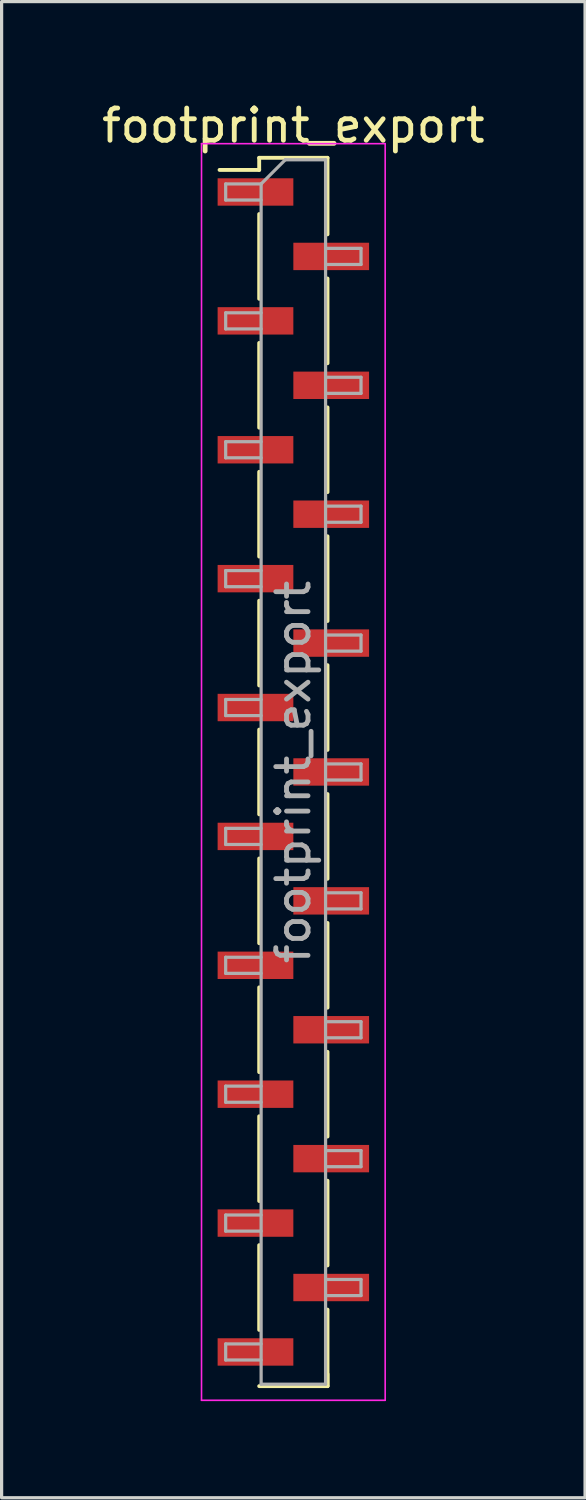
<source format=kicad_pcb>
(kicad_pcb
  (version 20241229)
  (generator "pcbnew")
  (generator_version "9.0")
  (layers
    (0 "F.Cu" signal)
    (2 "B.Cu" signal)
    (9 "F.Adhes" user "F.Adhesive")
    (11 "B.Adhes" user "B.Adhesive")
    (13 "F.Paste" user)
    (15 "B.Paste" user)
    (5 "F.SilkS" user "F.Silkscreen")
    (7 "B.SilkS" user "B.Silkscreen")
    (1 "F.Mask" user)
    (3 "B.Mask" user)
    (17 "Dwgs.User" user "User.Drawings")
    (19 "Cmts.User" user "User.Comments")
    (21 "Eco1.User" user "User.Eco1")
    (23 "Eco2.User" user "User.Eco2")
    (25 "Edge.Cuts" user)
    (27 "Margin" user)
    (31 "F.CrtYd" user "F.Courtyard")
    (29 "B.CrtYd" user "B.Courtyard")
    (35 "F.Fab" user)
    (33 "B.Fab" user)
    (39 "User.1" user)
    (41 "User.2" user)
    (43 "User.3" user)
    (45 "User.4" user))
  (footprint "footprint_export"
    (layer "F.Cu")
    (at 6.054 20.908)
    (property "Reference" "footprint_export" (at 0 -20.06 0) (layer "F.SilkS") (effects (font (size 1 1) (thickness 0.15))))
    (attr smd)
    (fp_line (start -1.06 -19.06) (end -1.06 -18.685) (stroke (width 0.12) (type solid)) (layer "F.SilkS"))
    (fp_line (start -1.06 -19.06) (end 1.06 -19.06) (stroke (width 0.12) (type solid)) (layer "F.SilkS"))
    (fp_line (start -1.06 -18.685) (end -2.29 -18.685) (stroke (width 0.12) (type solid)) (layer "F.SilkS"))
    (fp_line (start -1.06 -17.315) (end -1.06 -14.685) (stroke (width 0.12) (type solid)) (layer "F.SilkS"))
    (fp_line (start -1.06 -13.315) (end -1.06 -10.685) (stroke (width 0.12) (type solid)) (layer "F.SilkS"))
    (fp_line (start -1.06 -9.315) (end -1.06 -6.685) (stroke (width 0.12) (type solid)) (layer "F.SilkS"))
    (fp_line (start -1.06 -5.315) (end -1.06 -2.685) (stroke (width 0.12) (type solid)) (layer "F.SilkS"))
    (fp_line (start -1.06 -1.315) (end -1.06 1.315) (stroke (width 0.12) (type solid)) (layer "F.SilkS"))
    (fp_line (start -1.06 2.685) (end -1.06 5.315) (stroke (width 0.12) (type solid)) (layer "F.SilkS"))
    (fp_line (start -1.06 6.685) (end -1.06 9.315) (stroke (width 0.12) (type solid)) (layer "F.SilkS"))
    (fp_line (start -1.06 10.685) (end -1.06 13.315) (stroke (width 0.12) (type solid)) (layer "F.SilkS"))
    (fp_line (start -1.06 14.685) (end -1.06 17.315) (stroke (width 0.12) (type solid)) (layer "F.SilkS"))
    (fp_line (start -1.06 19.06) (end 1.06 19.06) (stroke (width 0.12) (type solid)) (layer "F.SilkS"))
    (fp_line (start 1.06 -19.06) (end 1.06 -16.685) (stroke (width 0.12) (type solid)) (layer "F.SilkS"))
    (fp_line (start 1.06 -15.315) (end 1.06 -12.685) (stroke (width 0.12) (type solid)) (layer "F.SilkS"))
    (fp_line (start 1.06 -11.315) (end 1.06 -8.685) (stroke (width 0.12) (type solid)) (layer "F.SilkS"))
    (fp_line (start 1.06 -7.315) (end 1.06 -4.685) (stroke (width 0.12) (type solid)) (layer "F.SilkS"))
    (fp_line (start 1.06 -3.315) (end 1.06 -0.685) (stroke (width 0.12) (type solid)) (layer "F.SilkS"))
    (fp_line (start 1.06 0.685) (end 1.06 3.315) (stroke (width 0.12) (type solid)) (layer "F.SilkS"))
    (fp_line (start 1.06 4.685) (end 1.06 7.315) (stroke (width 0.12) (type solid)) (layer "F.SilkS"))
    (fp_line (start 1.06 8.685) (end 1.06 11.315) (stroke (width 0.12) (type solid)) (layer "F.SilkS"))
    (fp_line (start 1.06 12.685) (end 1.06 15.315) (stroke (width 0.12) (type solid)) (layer "F.SilkS"))
    (fp_line (start 1.06 16.685) (end 1.06 19.06) (stroke (width 0.12) (type solid)) (layer "F.SilkS"))
    (fp_line (start 1.06 18.685) (end 1.06 19.06) (stroke (width 0.12) (type solid)) (layer "F.SilkS"))
    (fp_line (start -2.85 -19.5) (end -2.85 19.5) (stroke (width 0.05) (type solid)) (layer "F.CrtYd"))
    (fp_line (start -2.85 19.5) (end 2.85 19.5) (stroke (width 0.05) (type solid)) (layer "F.CrtYd"))
    (fp_line (start 2.85 -19.5) (end -2.85 -19.5) (stroke (width 0.05) (type solid)) (layer "F.CrtYd"))
    (fp_line (start 2.85 19.5) (end 2.85 -19.5) (stroke (width 0.05) (type solid)) (layer "F.CrtYd"))
    (fp_line (start -2.1 -18.25) (end -2.1 -17.75) (stroke (width 0.1) (type solid)) (layer "F.Fab"))
    (fp_line (start -2.1 -17.75) (end -1 -17.75) (stroke (width 0.1) (type solid)) (layer "F.Fab"))
    (fp_line (start -2.1 -14.25) (end -2.1 -13.75) (stroke (width 0.1) (type solid)) (layer "F.Fab"))
    (fp_line (start -2.1 -13.75) (end -1 -13.75) (stroke (width 0.1) (type solid)) (layer "F.Fab"))
    (fp_line (start -2.1 -10.25) (end -2.1 -9.75) (stroke (width 0.1) (type solid)) (layer "F.Fab"))
    (fp_line (start -2.1 -9.75) (end -1 -9.75) (stroke (width 0.1) (type solid)) (layer "F.Fab"))
    (fp_line (start -2.1 -6.25) (end -2.1 -5.75) (stroke (width 0.1) (type solid)) (layer "F.Fab"))
    (fp_line (start -2.1 -5.75) (end -1 -5.75) (stroke (width 0.1) (type solid)) (layer "F.Fab"))
    (fp_line (start -2.1 -2.25) (end -2.1 -1.75) (stroke (width 0.1) (type solid)) (layer "F.Fab"))
    (fp_line (start -2.1 -1.75) (end -1 -1.75) (stroke (width 0.1) (type solid)) (layer "F.Fab"))
    (fp_line (start -2.1 1.75) (end -2.1 2.25) (stroke (width 0.1) (type solid)) (layer "F.Fab"))
    (fp_line (start -2.1 2.25) (end -1 2.25) (stroke (width 0.1) (type solid)) (layer "F.Fab"))
    (fp_line (start -2.1 5.75) (end -2.1 6.25) (stroke (width 0.1) (type solid)) (layer "F.Fab"))
    (fp_line (start -2.1 6.25) (end -1 6.25) (stroke (width 0.1) (type solid)) (layer "F.Fab"))
    (fp_line (start -2.1 9.75) (end -2.1 10.25) (stroke (width 0.1) (type solid)) (layer "F.Fab"))
    (fp_line (start -2.1 10.25) (end -1 10.25) (stroke (width 0.1) (type solid)) (layer "F.Fab"))
    (fp_line (start -2.1 13.75) (end -2.1 14.25) (stroke (width 0.1) (type solid)) (layer "F.Fab"))
    (fp_line (start -2.1 14.25) (end -1 14.25) (stroke (width 0.1) (type solid)) (layer "F.Fab"))
    (fp_line (start -2.1 17.75) (end -2.1 18.25) (stroke (width 0.1) (type solid)) (layer "F.Fab"))
    (fp_line (start -2.1 18.25) (end -1 18.25) (stroke (width 0.1) (type solid)) (layer "F.Fab"))
    (fp_line (start -1 -18.25) (end -2.1 -18.25) (stroke (width 0.1) (type solid)) (layer "F.Fab"))
    (fp_line (start -1 -18.25) (end -0.25 -19) (stroke (width 0.1) (type solid)) (layer "F.Fab"))
    (fp_line (start -1 -14.25) (end -2.1 -14.25) (stroke (width 0.1) (type solid)) (layer "F.Fab"))
    (fp_line (start -1 -10.25) (end -2.1 -10.25) (stroke (width 0.1) (type solid)) (layer "F.Fab"))
    (fp_line (start -1 -6.25) (end -2.1 -6.25) (stroke (width 0.1) (type solid)) (layer "F.Fab"))
    (fp_line (start -1 -2.25) (end -2.1 -2.25) (stroke (width 0.1) (type solid)) (layer "F.Fab"))
    (fp_line (start -1 1.75) (end -2.1 1.75) (stroke (width 0.1) (type solid)) (layer "F.Fab"))
    (fp_line (start -1 5.75) (end -2.1 5.75) (stroke (width 0.1) (type solid)) (layer "F.Fab"))
    (fp_line (start -1 9.75) (end -2.1 9.75) (stroke (width 0.1) (type solid)) (layer "F.Fab"))
    (fp_line (start -1 13.75) (end -2.1 13.75) (stroke (width 0.1) (type solid)) (layer "F.Fab"))
    (fp_line (start -1 17.75) (end -2.1 17.75) (stroke (width 0.1) (type solid)) (layer "F.Fab"))
    (fp_line (start -1 19) (end -1 -18.25) (stroke (width 0.1) (type solid)) (layer "F.Fab"))
    (fp_line (start -0.25 -19) (end 1 -19) (stroke (width 0.1) (type solid)) (layer "F.Fab"))
    (fp_line (start 1 -19) (end 1 19) (stroke (width 0.1) (type solid)) (layer "F.Fab"))
    (fp_line (start 1 -16.25) (end 2.1 -16.25) (stroke (width 0.1) (type solid)) (layer "F.Fab"))
    (fp_line (start 1 -12.25) (end 2.1 -12.25) (stroke (width 0.1) (type solid)) (layer "F.Fab"))
    (fp_line (start 1 -8.25) (end 2.1 -8.25) (stroke (width 0.1) (type solid)) (layer "F.Fab"))
    (fp_line (start 1 -4.25) (end 2.1 -4.25) (stroke (width 0.1) (type solid)) (layer "F.Fab"))
    (fp_line (start 1 -0.25) (end 2.1 -0.25) (stroke (width 0.1) (type solid)) (layer "F.Fab"))
    (fp_line (start 1 3.75) (end 2.1 3.75) (stroke (width 0.1) (type solid)) (layer "F.Fab"))
    (fp_line (start 1 7.75) (end 2.1 7.75) (stroke (width 0.1) (type solid)) (layer "F.Fab"))
    (fp_line (start 1 11.75) (end 2.1 11.75) (stroke (width 0.1) (type solid)) (layer "F.Fab"))
    (fp_line (start 1 15.75) (end 2.1 15.75) (stroke (width 0.1) (type solid)) (layer "F.Fab"))
    (fp_line (start 1 19) (end -1 19) (stroke (width 0.1) (type solid)) (layer "F.Fab"))
    (fp_line (start 2.1 -16.25) (end 2.1 -15.75) (stroke (width 0.1) (type solid)) (layer "F.Fab"))
    (fp_line (start 2.1 -15.75) (end 1 -15.75) (stroke (width 0.1) (type solid)) (layer "F.Fab"))
    (fp_line (start 2.1 -12.25) (end 2.1 -11.75) (stroke (width 0.1) (type solid)) (layer "F.Fab"))
    (fp_line (start 2.1 -11.75) (end 1 -11.75) (stroke (width 0.1) (type solid)) (layer "F.Fab"))
    (fp_line (start 2.1 -8.25) (end 2.1 -7.75) (stroke (width 0.1) (type solid)) (layer "F.Fab"))
    (fp_line (start 2.1 -7.75) (end 1 -7.75) (stroke (width 0.1) (type solid)) (layer "F.Fab"))
    (fp_line (start 2.1 -4.25) (end 2.1 -3.75) (stroke (width 0.1) (type solid)) (layer "F.Fab"))
    (fp_line (start 2.1 -3.75) (end 1 -3.75) (stroke (width 0.1) (type solid)) (layer "F.Fab"))
    (fp_line (start 2.1 -0.25) (end 2.1 0.25) (stroke (width 0.1) (type solid)) (layer "F.Fab"))
    (fp_line (start 2.1 0.25) (end 1 0.25) (stroke (width 0.1) (type solid)) (layer "F.Fab"))
    (fp_line (start 2.1 3.75) (end 2.1 4.25) (stroke (width 0.1) (type solid)) (layer "F.Fab"))
    (fp_line (start 2.1 4.25) (end 1 4.25) (stroke (width 0.1) (type solid)) (layer "F.Fab"))
    (fp_line (start 2.1 7.75) (end 2.1 8.25) (stroke (width 0.1) (type solid)) (layer "F.Fab"))
    (fp_line (start 2.1 8.25) (end 1 8.25) (stroke (width 0.1) (type solid)) (layer "F.Fab"))
    (fp_line (start 2.1 11.75) (end 2.1 12.25) (stroke (width 0.1) (type solid)) (layer "F.Fab"))
    (fp_line (start 2.1 12.25) (end 1 12.25) (stroke (width 0.1) (type solid)) (layer "F.Fab"))
    (fp_line (start 2.1 15.75) (end 2.1 16.25) (stroke (width 0.1) (type solid)) (layer "F.Fab"))
    (fp_line (start 2.1 16.25) (end 1 16.25) (stroke (width 0.1) (type solid)) (layer "F.Fab"))
    (fp_text user "${REFERENCE}" (at 0 0 90) (layer "F.Fab") (effects (font (size 1 1) (thickness 0.15))))
    (pad "1" smd rect (at -1.175 -18) (size 2.35 0.85) (layers "F.Cu" "F.Mask" "F.Paste"))
    (pad "2" smd rect (at 1.175 -16) (size 2.35 0.85) (layers "F.Cu" "F.Mask" "F.Paste"))
    (pad "3" smd rect (at -1.175 -14) (size 2.35 0.85) (layers "F.Cu" "F.Mask" "F.Paste"))
    (pad "4" smd rect (at 1.175 -12) (size 2.35 0.85) (layers "F.Cu" "F.Mask" "F.Paste"))
    (pad "5" smd rect (at -1.175 -10) (size 2.35 0.85) (layers "F.Cu" "F.Mask" "F.Paste"))
    (pad "6" smd rect (at 1.175 -8) (size 2.35 0.85) (layers "F.Cu" "F.Mask" "F.Paste"))
    (pad "7" smd rect (at -1.175 -6) (size 2.35 0.85) (layers "F.Cu" "F.Mask" "F.Paste"))
    (pad "8" smd rect (at 1.175 -4) (size 2.35 0.85) (layers "F.Cu" "F.Mask" "F.Paste"))
    (pad "9" smd rect (at -1.175 -2) (size 2.35 0.85) (layers "F.Cu" "F.Mask" "F.Paste"))
    (pad "10" smd rect (at 1.175 0) (size 2.35 0.85) (layers "F.Cu" "F.Mask" "F.Paste"))
    (pad "11" smd rect (at -1.175 2) (size 2.35 0.85) (layers "F.Cu" "F.Mask" "F.Paste"))
    (pad "12" smd rect (at 1.175 4) (size 2.35 0.85) (layers "F.Cu" "F.Mask" "F.Paste"))
    (pad "13" smd rect (at -1.175 6) (size 2.35 0.85) (layers "F.Cu" "F.Mask" "F.Paste"))
    (pad "14" smd rect (at 1.175 8) (size 2.35 0.85) (layers "F.Cu" "F.Mask" "F.Paste"))
    (pad "15" smd rect (at -1.175 10) (size 2.35 0.85) (layers "F.Cu" "F.Mask" "F.Paste"))
    (pad "16" smd rect (at 1.175 12) (size 2.35 0.85) (layers "F.Cu" "F.Mask" "F.Paste"))
    (pad "17" smd rect (at -1.175 14) (size 2.35 0.85) (layers "F.Cu" "F.Mask" "F.Paste"))
    (pad "18" smd rect (at 1.175 16) (size 2.35 0.85) (layers "F.Cu" "F.Mask" "F.Paste"))
    (pad "19" smd rect (at -1.175 18) (size 2.35 0.85) (layers "F.Cu" "F.Mask" "F.Paste")))
  (gr_rect
    (start -3 -3)
    (end 15.107 43.433)
    (stroke (width 0.1) (type default))
    (fill no)
    (layer "Edge.Cuts")))
</source>
